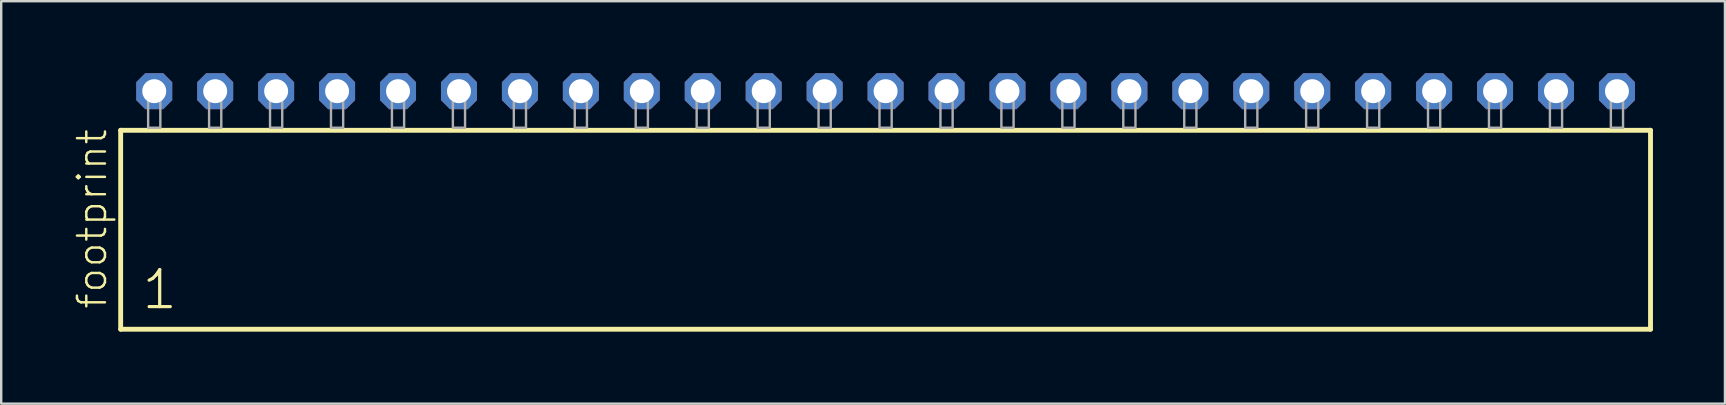
<source format=kicad_pcb>
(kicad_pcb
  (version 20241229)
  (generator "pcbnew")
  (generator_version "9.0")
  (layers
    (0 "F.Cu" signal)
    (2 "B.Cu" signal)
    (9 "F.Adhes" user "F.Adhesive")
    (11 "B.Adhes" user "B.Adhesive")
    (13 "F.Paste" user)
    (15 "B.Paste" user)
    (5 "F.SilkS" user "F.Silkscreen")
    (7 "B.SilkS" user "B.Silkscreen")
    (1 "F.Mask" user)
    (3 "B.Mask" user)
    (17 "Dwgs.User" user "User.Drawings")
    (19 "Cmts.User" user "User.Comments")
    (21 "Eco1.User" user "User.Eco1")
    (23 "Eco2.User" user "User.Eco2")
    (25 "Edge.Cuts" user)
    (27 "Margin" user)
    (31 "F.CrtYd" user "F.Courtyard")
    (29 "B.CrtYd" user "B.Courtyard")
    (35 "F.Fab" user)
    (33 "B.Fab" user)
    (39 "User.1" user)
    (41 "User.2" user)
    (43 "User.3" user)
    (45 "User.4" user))
  (footprint "footprint"
    (layer "F.Cu")
    (at 33.858 2.274)
    (property "Reference" "footprint" (at -32.385 7.62 90) (layer "F.SilkS") (effects (font (size 1.168 1.168) (thickness 0.102)) (justify left bottom)))
    (fp_line (start -31.879 0.106) (end -31.879 8.396) (stroke (width 0.203) (type solid)) (layer "F.SilkS"))
    (fp_line (start -31.879 8.396) (end 31.879 8.396) (stroke (width 0.203) (type solid)) (layer "F.SilkS"))
    (fp_line (start 31.879 0.106) (end -31.879 0.106) (stroke (width 0.203) (type solid)) (layer "F.SilkS"))
    (fp_line (start 31.879 8.396) (end 31.879 0.106) (stroke (width 0.203) (type solid)) (layer "F.SilkS"))
    (fp_poly (pts (xy -30.734 0) (xy -30.226 0) (xy -30.226 -1.778) (xy -30.734 -1.778)) (stroke (width 0.1) (type solid)) (fill no) (layer "F.Fab"))
    (fp_poly (pts (xy -28.194 0) (xy -27.686 0) (xy -27.686 -1.778) (xy -28.194 -1.778)) (stroke (width 0.1) (type solid)) (fill no) (layer "F.Fab"))
    (fp_poly (pts (xy -25.654 0) (xy -25.146 0) (xy -25.146 -1.778) (xy -25.654 -1.778)) (stroke (width 0.1) (type solid)) (fill no) (layer "F.Fab"))
    (fp_poly (pts (xy -23.114 0) (xy -22.606 0) (xy -22.606 -1.778) (xy -23.114 -1.778)) (stroke (width 0.1) (type solid)) (fill no) (layer "F.Fab"))
    (fp_poly (pts (xy -20.574 0) (xy -20.066 0) (xy -20.066 -1.778) (xy -20.574 -1.778)) (stroke (width 0.1) (type solid)) (fill no) (layer "F.Fab"))
    (fp_poly (pts (xy -18.034 0) (xy -17.526 0) (xy -17.526 -1.778) (xy -18.034 -1.778)) (stroke (width 0.1) (type solid)) (fill no) (layer "F.Fab"))
    (fp_poly (pts (xy -15.494 0) (xy -14.986 0) (xy -14.986 -1.778) (xy -15.494 -1.778)) (stroke (width 0.1) (type solid)) (fill no) (layer "F.Fab"))
    (fp_poly (pts (xy -12.954 0) (xy -12.446 0) (xy -12.446 -1.778) (xy -12.954 -1.778)) (stroke (width 0.1) (type solid)) (fill no) (layer "F.Fab"))
    (fp_poly (pts (xy -10.414 0) (xy -9.906 0) (xy -9.906 -1.778) (xy -10.414 -1.778)) (stroke (width 0.1) (type solid)) (fill no) (layer "F.Fab"))
    (fp_poly (pts (xy -7.874 0) (xy -7.366 0) (xy -7.366 -1.778) (xy -7.874 -1.778)) (stroke (width 0.1) (type solid)) (fill no) (layer "F.Fab"))
    (fp_poly (pts (xy -5.334 0) (xy -4.826 0) (xy -4.826 -1.778) (xy -5.334 -1.778)) (stroke (width 0.1) (type solid)) (fill no) (layer "F.Fab"))
    (fp_poly (pts (xy -2.794 0) (xy -2.286 0) (xy -2.286 -1.778) (xy -2.794 -1.778)) (stroke (width 0.1) (type solid)) (fill no) (layer "F.Fab"))
    (fp_poly (pts (xy -0.254 0) (xy 0.254 0) (xy 0.254 -1.778) (xy -0.254 -1.778)) (stroke (width 0.1) (type solid)) (fill no) (layer "F.Fab"))
    (fp_poly (pts (xy 2.286 0) (xy 2.794 0) (xy 2.794 -1.778) (xy 2.286 -1.778)) (stroke (width 0.1) (type solid)) (fill no) (layer "F.Fab"))
    (fp_poly (pts (xy 4.826 0) (xy 5.334 0) (xy 5.334 -1.778) (xy 4.826 -1.778)) (stroke (width 0.1) (type solid)) (fill no) (layer "F.Fab"))
    (fp_poly (pts (xy 7.366 0) (xy 7.874 0) (xy 7.874 -1.778) (xy 7.366 -1.778)) (stroke (width 0.1) (type solid)) (fill no) (layer "F.Fab"))
    (fp_poly (pts (xy 9.906 0) (xy 10.414 0) (xy 10.414 -1.778) (xy 9.906 -1.778)) (stroke (width 0.1) (type solid)) (fill no) (layer "F.Fab"))
    (fp_poly (pts (xy 12.446 0) (xy 12.954 0) (xy 12.954 -1.778) (xy 12.446 -1.778)) (stroke (width 0.1) (type solid)) (fill no) (layer "F.Fab"))
    (fp_poly (pts (xy 14.986 0) (xy 15.494 0) (xy 15.494 -1.778) (xy 14.986 -1.778)) (stroke (width 0.1) (type solid)) (fill no) (layer "F.Fab"))
    (fp_poly (pts (xy 17.526 0) (xy 18.034 0) (xy 18.034 -1.778) (xy 17.526 -1.778)) (stroke (width 0.1) (type solid)) (fill no) (layer "F.Fab"))
    (fp_poly (pts (xy 20.066 0) (xy 20.574 0) (xy 20.574 -1.778) (xy 20.066 -1.778)) (stroke (width 0.1) (type solid)) (fill no) (layer "F.Fab"))
    (fp_poly (pts (xy 22.606 0) (xy 23.114 0) (xy 23.114 -1.778) (xy 22.606 -1.778)) (stroke (width 0.1) (type solid)) (fill no) (layer "F.Fab"))
    (fp_poly (pts (xy 25.146 0) (xy 25.654 0) (xy 25.654 -1.778) (xy 25.146 -1.778)) (stroke (width 0.1) (type solid)) (fill no) (layer "F.Fab"))
    (fp_poly (pts (xy 27.686 0) (xy 28.194 0) (xy 28.194 -1.778) (xy 27.686 -1.778)) (stroke (width 0.1) (type solid)) (fill no) (layer "F.Fab"))
    (fp_poly (pts (xy 30.226 0) (xy 30.734 0) (xy 30.734 -1.778) (xy 30.226 -1.778)) (stroke (width 0.1) (type solid)) (fill no) (layer "F.Fab"))
    (fp_text user "1" (at -31.075 7.65 0) (layer "F.SilkS") (effects (font (size 1.542 1.542) (thickness 0.134)) (justify left bottom)))
    (pad "1" thru_hole roundrect (at -30.48 -1.524) (size 1.5 1.5) (drill 1) (layers "*.Cu" "*.Mask") (roundrect_rratio 0.25) (chamfer_ratio 0.25) (chamfer top_left top_right bottom_left bottom_right))
    (pad "2" thru_hole roundrect (at -27.94 -1.524) (size 1.5 1.5) (drill 1) (layers "*.Cu" "*.Mask") (roundrect_rratio 0.25) (chamfer_ratio 0.25) (chamfer top_left top_right bottom_left bottom_right))
    (pad "3" thru_hole roundrect (at -25.4 -1.524) (size 1.5 1.5) (drill 1) (layers "*.Cu" "*.Mask") (roundrect_rratio 0.25) (chamfer_ratio 0.25) (chamfer top_left top_right bottom_left bottom_right))
    (pad "4" thru_hole roundrect (at -22.86 -1.524) (size 1.5 1.5) (drill 1) (layers "*.Cu" "*.Mask") (roundrect_rratio 0.25) (chamfer_ratio 0.25) (chamfer top_left top_right bottom_left bottom_right))
    (pad "5" thru_hole roundrect (at -20.32 -1.524) (size 1.5 1.5) (drill 1) (layers "*.Cu" "*.Mask") (roundrect_rratio 0.25) (chamfer_ratio 0.25) (chamfer top_left top_right bottom_left bottom_right))
    (pad "6" thru_hole roundrect (at -17.78 -1.524) (size 1.5 1.5) (drill 1) (layers "*.Cu" "*.Mask") (roundrect_rratio 0.25) (chamfer_ratio 0.25) (chamfer top_left top_right bottom_left bottom_right))
    (pad "7" thru_hole roundrect (at -15.24 -1.524) (size 1.5 1.5) (drill 1) (layers "*.Cu" "*.Mask") (roundrect_rratio 0.25) (chamfer_ratio 0.25) (chamfer top_left top_right bottom_left bottom_right))
    (pad "8" thru_hole roundrect (at -12.7 -1.524) (size 1.5 1.5) (drill 1) (layers "*.Cu" "*.Mask") (roundrect_rratio 0.25) (chamfer_ratio 0.25) (chamfer top_left top_right bottom_left bottom_right))
    (pad "9" thru_hole roundrect (at -10.16 -1.524) (size 1.5 1.5) (drill 1) (layers "*.Cu" "*.Mask") (roundrect_rratio 0.25) (chamfer_ratio 0.25) (chamfer top_left top_right bottom_left bottom_right))
    (pad "10" thru_hole roundrect (at -7.62 -1.524) (size 1.5 1.5) (drill 1) (layers "*.Cu" "*.Mask") (roundrect_rratio 0.25) (chamfer_ratio 0.25) (chamfer top_left top_right bottom_left bottom_right))
    (pad "11" thru_hole roundrect (at -5.08 -1.524) (size 1.5 1.5) (drill 1) (layers "*.Cu" "*.Mask") (roundrect_rratio 0.25) (chamfer_ratio 0.25) (chamfer top_left top_right bottom_left bottom_right))
    (pad "12" thru_hole roundrect (at -2.54 -1.524) (size 1.5 1.5) (drill 1) (layers "*.Cu" "*.Mask") (roundrect_rratio 0.25) (chamfer_ratio 0.25) (chamfer top_left top_right bottom_left bottom_right))
    (pad "13" thru_hole roundrect (at 0 -1.524) (size 1.5 1.5) (drill 1) (layers "*.Cu" "*.Mask") (roundrect_rratio 0.25) (chamfer_ratio 0.25) (chamfer top_left top_right bottom_left bottom_right))
    (pad "14" thru_hole roundrect (at 2.54 -1.524) (size 1.5 1.5) (drill 1) (layers "*.Cu" "*.Mask") (roundrect_rratio 0.25) (chamfer_ratio 0.25) (chamfer top_left top_right bottom_left bottom_right))
    (pad "15" thru_hole roundrect (at 5.08 -1.524) (size 1.5 1.5) (drill 1) (layers "*.Cu" "*.Mask") (roundrect_rratio 0.25) (chamfer_ratio 0.25) (chamfer top_left top_right bottom_left bottom_right))
    (pad "16" thru_hole roundrect (at 7.62 -1.524) (size 1.5 1.5) (drill 1) (layers "*.Cu" "*.Mask") (roundrect_rratio 0.25) (chamfer_ratio 0.25) (chamfer top_left top_right bottom_left bottom_right))
    (pad "17" thru_hole roundrect (at 10.16 -1.524) (size 1.5 1.5) (drill 1) (layers "*.Cu" "*.Mask") (roundrect_rratio 0.25) (chamfer_ratio 0.25) (chamfer top_left top_right bottom_left bottom_right))
    (pad "18" thru_hole roundrect (at 12.7 -1.524) (size 1.5 1.5) (drill 1) (layers "*.Cu" "*.Mask") (roundrect_rratio 0.25) (chamfer_ratio 0.25) (chamfer top_left top_right bottom_left bottom_right))
    (pad "19" thru_hole roundrect (at 15.24 -1.524) (size 1.5 1.5) (drill 1) (layers "*.Cu" "*.Mask") (roundrect_rratio 0.25) (chamfer_ratio 0.25) (chamfer top_left top_right bottom_left bottom_right))
    (pad "20" thru_hole roundrect (at 17.78 -1.524) (size 1.5 1.5) (drill 1) (layers "*.Cu" "*.Mask") (roundrect_rratio 0.25) (chamfer_ratio 0.25) (chamfer top_left top_right bottom_left bottom_right))
    (pad "21" thru_hole roundrect (at 20.32 -1.524) (size 1.5 1.5) (drill 1) (layers "*.Cu" "*.Mask") (roundrect_rratio 0.25) (chamfer_ratio 0.25) (chamfer top_left top_right bottom_left bottom_right))
    (pad "22" thru_hole roundrect (at 22.86 -1.524) (size 1.5 1.5) (drill 1) (layers "*.Cu" "*.Mask") (roundrect_rratio 0.25) (chamfer_ratio 0.25) (chamfer top_left top_right bottom_left bottom_right))
    (pad "23" thru_hole roundrect (at 25.4 -1.524) (size 1.5 1.5) (drill 1) (layers "*.Cu" "*.Mask") (roundrect_rratio 0.25) (chamfer_ratio 0.25) (chamfer top_left top_right bottom_left bottom_right))
    (pad "24" thru_hole roundrect (at 27.94 -1.524) (size 1.5 1.5) (drill 1) (layers "*.Cu" "*.Mask") (roundrect_rratio 0.25) (chamfer_ratio 0.25) (chamfer top_left top_right bottom_left bottom_right))
    (pad "25" thru_hole roundrect (at 30.48 -1.524) (size 1.5 1.5) (drill 1) (layers "*.Cu" "*.Mask") (roundrect_rratio 0.25) (chamfer_ratio 0.25) (chamfer top_left top_right bottom_left bottom_right)))
  (gr_rect
    (start -3 -3)
    (end 68.839 13.772)
    (stroke (width 0.1) (type default))
    (fill no)
    (layer "Edge.Cuts")))
</source>
